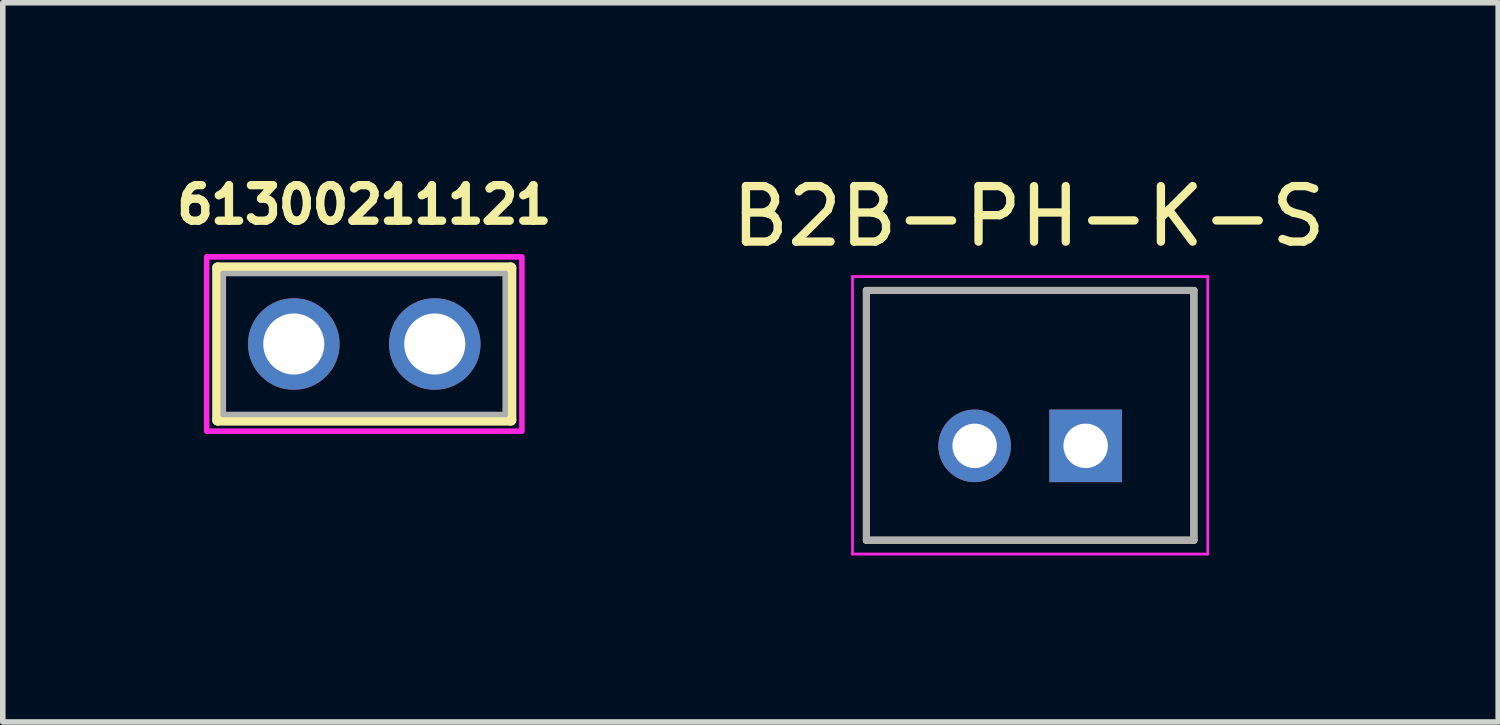
<source format=kicad_pcb>
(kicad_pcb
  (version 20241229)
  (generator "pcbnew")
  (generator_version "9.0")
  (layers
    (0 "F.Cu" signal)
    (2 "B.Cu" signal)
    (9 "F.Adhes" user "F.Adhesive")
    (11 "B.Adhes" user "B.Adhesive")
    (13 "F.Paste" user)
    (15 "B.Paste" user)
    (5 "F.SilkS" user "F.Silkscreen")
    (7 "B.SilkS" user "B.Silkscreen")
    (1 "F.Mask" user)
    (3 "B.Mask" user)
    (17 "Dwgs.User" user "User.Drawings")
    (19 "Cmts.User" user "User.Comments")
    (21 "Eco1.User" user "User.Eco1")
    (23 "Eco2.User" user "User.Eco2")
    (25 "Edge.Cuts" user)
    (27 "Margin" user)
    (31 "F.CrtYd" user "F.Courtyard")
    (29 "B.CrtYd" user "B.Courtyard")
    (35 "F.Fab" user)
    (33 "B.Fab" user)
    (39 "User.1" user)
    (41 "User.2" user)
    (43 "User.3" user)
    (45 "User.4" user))
  (footprint "61300211121"
    (layer "F.Cu")
    (at 3.513 3.148)
    (property "Reference" "61300211121" (at 0 -2.51 0) (layer "F.SilkS") (effects (font (size 0.64 0.64) (thickness 0.15))))
    (attr through_hole)
    (fp_line (start -2.64 -1.37) (end 2.64 -1.37) (stroke (width 0.2) (type solid)) (layer "F.SilkS"))
    (fp_line (start -2.64 1.37) (end -2.64 -1.37) (stroke (width 0.2) (type solid)) (layer "F.SilkS"))
    (fp_line (start 2.64 -1.37) (end 2.64 1.37) (stroke (width 0.2) (type solid)) (layer "F.SilkS"))
    (fp_line (start 2.64 1.37) (end -2.64 1.37) (stroke (width 0.2) (type solid)) (layer "F.SilkS"))
    (fp_poly (pts (xy -2.84 -1.57) (xy 2.84 -1.57) (xy 2.84 1.57) (xy -2.84 1.57)) (stroke (width 0.1) (type solid)) (fill no) (layer "F.CrtYd"))
    (fp_line (start -2.54 -1.27) (end -2.54 1.27) (stroke (width 0.1) (type solid)) (layer "F.Fab"))
    (fp_line (start -2.54 1.27) (end 2.54 1.27) (stroke (width 0.1) (type solid)) (layer "F.Fab"))
    (fp_line (start 2.54 -1.27) (end -2.54 -1.27) (stroke (width 0.1) (type solid)) (layer "F.Fab"))
    (fp_line (start 2.54 1.27) (end 2.54 -1.27) (stroke (width 0.1) (type solid)) (layer "F.Fab"))
    (pad "1" thru_hole circle (at -1.27 0) (size 1.65 1.65) (drill 1.1) (layers "*.Cu" "*.Mask"))
    (pad "2" thru_hole circle (at 1.27 0) (size 1.65 1.65) (drill 1.1) (layers "*.Cu" "*.Mask")))
  (footprint "B2B-PH-K-S"
    (layer "F.Cu")
    (at 15.51 4.433)
    (property "Reference" "B2B-PH-K-S" (at -0.025 -3.585 0) (layer "F.SilkS") (effects (font (size 1 1) (thickness 0.15))))
    (attr through_hole)
    (fp_line (start -2.95 -2.25) (end 2.95 -2.25) (stroke (width 0.127) (type solid)) (layer "F.SilkS"))
    (fp_line (start -2.95 2.25) (end -2.95 -2.25) (stroke (width 0.127) (type solid)) (layer "F.SilkS"))
    (fp_line (start 2.95 -2.25) (end 2.95 2.25) (stroke (width 0.127) (type solid)) (layer "F.SilkS"))
    (fp_line (start 2.95 2.25) (end -2.95 2.25) (stroke (width 0.127) (type solid)) (layer "F.SilkS"))
    (fp_line (start -3.2 -2.5) (end 3.2 -2.5) (stroke (width 0.05) (type solid)) (layer "F.CrtYd"))
    (fp_line (start -3.2 2.5) (end -3.2 -2.5) (stroke (width 0.05) (type solid)) (layer "F.CrtYd"))
    (fp_line (start 3.2 -2.5) (end 3.2 2.5) (stroke (width 0.05) (type solid)) (layer "F.CrtYd"))
    (fp_line (start 3.2 2.5) (end -3.2 2.5) (stroke (width 0.05) (type solid)) (layer "F.CrtYd"))
    (fp_line (start -2.95 -2.25) (end 2.95 -2.25) (stroke (width 0.127) (type solid)) (layer "F.Fab"))
    (fp_line (start -2.95 2.25) (end -2.95 -2.25) (stroke (width 0.127) (type solid)) (layer "F.Fab"))
    (fp_line (start 2.95 -2.25) (end 2.95 2.25) (stroke (width 0.127) (type solid)) (layer "F.Fab"))
    (fp_line (start 2.95 2.25) (end -2.95 2.25) (stroke (width 0.127) (type solid)) (layer "F.Fab"))
    (pad "1" thru_hole rect (at 1 0.55) (size 1.308 1.308) (drill 0.8) (layers "*.Cu" "*.Mask"))
    (pad "2" thru_hole circle (at -1 0.55) (size 1.308 1.308) (drill 0.8) (layers "*.Cu" "*.Mask")))
  (gr_rect
    (start -3 -3)
    (end 23.943 9.958)
    (stroke (width 0.1) (type default))
    (fill no)
    (layer "Edge.Cuts")))
</source>
